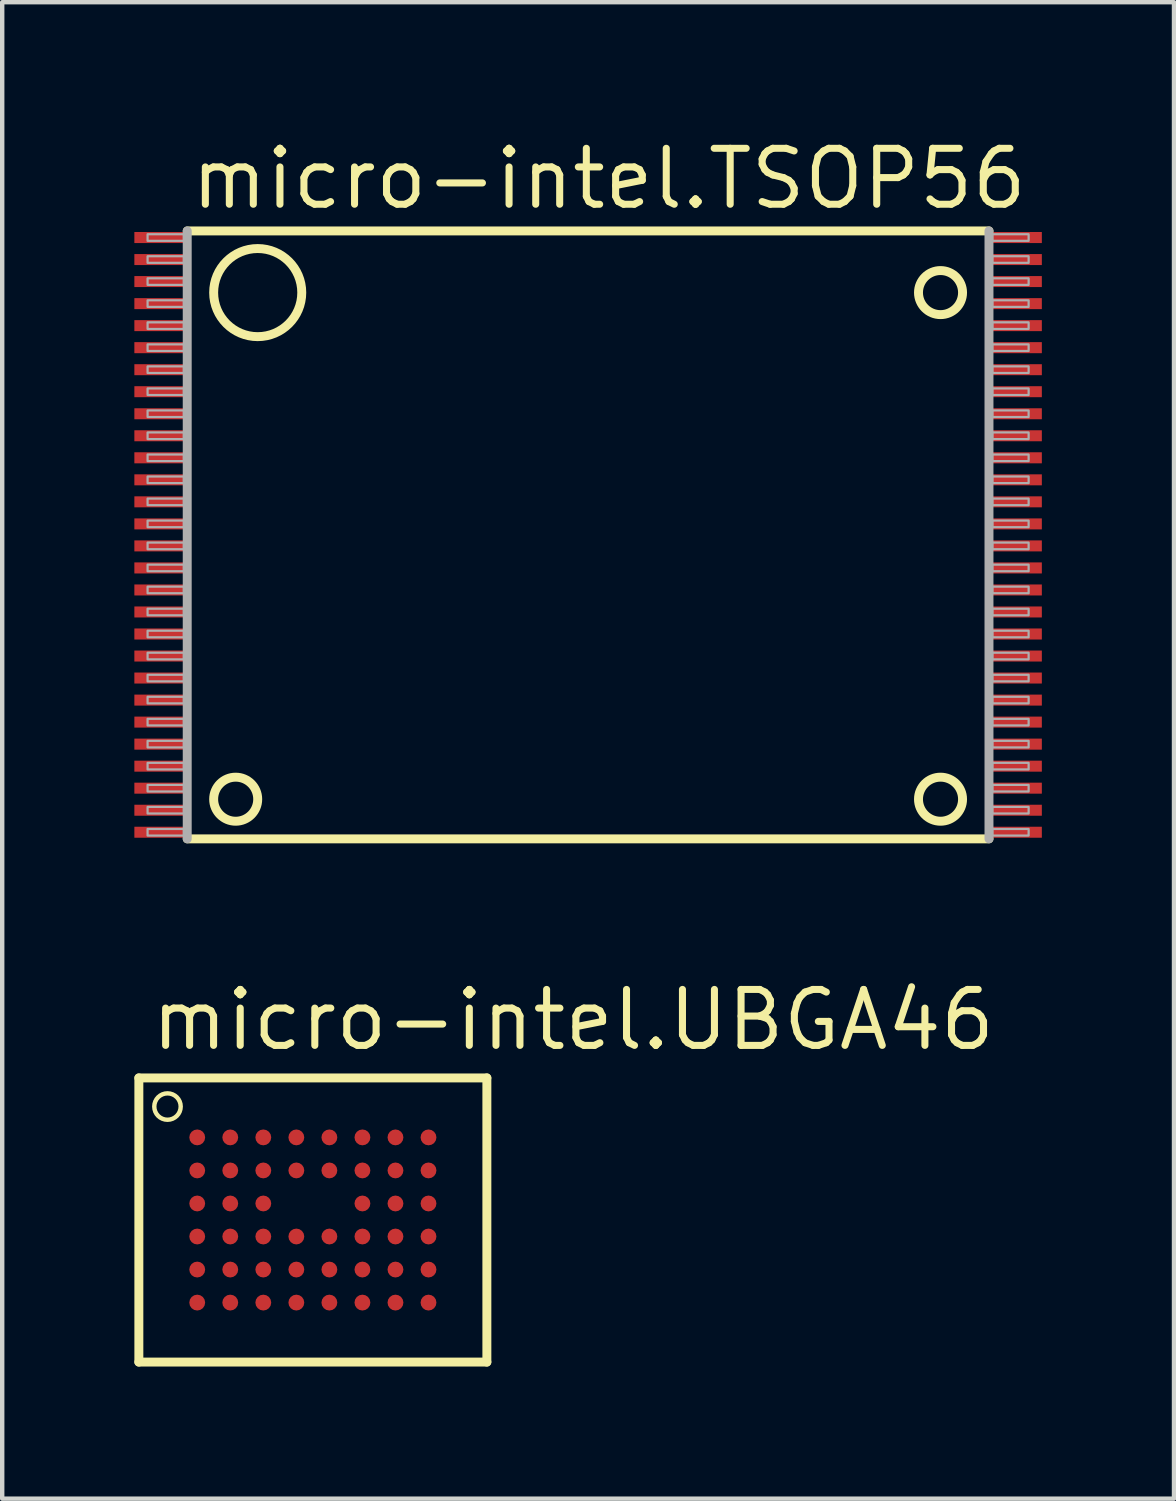
<source format=kicad_pcb>
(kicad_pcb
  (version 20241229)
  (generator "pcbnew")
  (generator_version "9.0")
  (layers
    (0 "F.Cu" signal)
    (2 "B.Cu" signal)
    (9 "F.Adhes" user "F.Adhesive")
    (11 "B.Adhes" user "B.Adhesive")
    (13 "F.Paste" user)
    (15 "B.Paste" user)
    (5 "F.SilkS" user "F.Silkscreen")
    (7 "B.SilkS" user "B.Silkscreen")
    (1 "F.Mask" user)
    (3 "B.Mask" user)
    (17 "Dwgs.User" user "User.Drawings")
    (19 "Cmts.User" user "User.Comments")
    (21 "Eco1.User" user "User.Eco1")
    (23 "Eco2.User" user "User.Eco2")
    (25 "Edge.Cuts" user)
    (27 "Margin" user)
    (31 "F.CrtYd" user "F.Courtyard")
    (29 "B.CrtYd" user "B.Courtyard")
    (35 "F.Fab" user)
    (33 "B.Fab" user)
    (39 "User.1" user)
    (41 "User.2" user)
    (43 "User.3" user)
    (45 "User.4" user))
  (footprint "micro-intel.UBGA46"
    (layer "F.Cu")
    (at 4.052 24.644)
    (property "Reference" "micro-intel.UBGA46" (at -3.75 -3.8 0) (layer "F.SilkS") (effects (font (size 1.27 1.27) (thickness 0.16)) (justify left bottom)))
    (attr smd)
    (fp_line (start -3.95 -3.225) (end -3.95 3.225) (stroke (width 0.203) (type default)) (layer "F.SilkS"))
    (fp_line (start -3.95 3.225) (end 3.95 3.225) (stroke (width 0.203) (type default)) (layer "F.SilkS"))
    (fp_line (start 3.95 -3.225) (end -3.95 -3.225) (stroke (width 0.203) (type default)) (layer "F.SilkS"))
    (fp_line (start 3.95 3.225) (end 3.95 -3.225) (stroke (width 0.203) (type default)) (layer "F.SilkS"))
    (fp_circle (center -3.3 -2.575) (end -3 -2.575) (stroke (width 0.1) (type default)) (fill no) (layer "F.SilkS"))
    (pad "A1" smd roundrect (at -2.625 -1.875) (size 0.36 0.36) (layers "F.Cu" "F.Mask" "F.Paste") (roundrect_rratio 0.5))
    (pad "A2" smd roundrect (at -1.875 -1.875) (size 0.36 0.36) (layers "F.Cu" "F.Mask" "F.Paste") (roundrect_rratio 0.5))
    (pad "A3" smd roundrect (at -1.125 -1.875) (size 0.36 0.36) (layers "F.Cu" "F.Mask" "F.Paste") (roundrect_rratio 0.5))
    (pad "A4" smd roundrect (at -0.375 -1.875) (size 0.36 0.36) (layers "F.Cu" "F.Mask" "F.Paste") (roundrect_rratio 0.5))
    (pad "A5" smd roundrect (at 0.375 -1.875) (size 0.36 0.36) (layers "F.Cu" "F.Mask" "F.Paste") (roundrect_rratio 0.5))
    (pad "A6" smd roundrect (at 1.125 -1.875) (size 0.36 0.36) (layers "F.Cu" "F.Mask" "F.Paste") (roundrect_rratio 0.5))
    (pad "A7" smd roundrect (at 1.875 -1.875) (size 0.36 0.36) (layers "F.Cu" "F.Mask" "F.Paste") (roundrect_rratio 0.5))
    (pad "A8" smd roundrect (at 2.625 -1.875) (size 0.36 0.36) (layers "F.Cu" "F.Mask" "F.Paste") (roundrect_rratio 0.5))
    (pad "B1" smd roundrect (at -2.625 -1.125) (size 0.36 0.36) (layers "F.Cu" "F.Mask" "F.Paste") (roundrect_rratio 0.5))
    (pad "B2" smd roundrect (at -1.875 -1.125) (size 0.36 0.36) (layers "F.Cu" "F.Mask" "F.Paste") (roundrect_rratio 0.5))
    (pad "B3" smd roundrect (at -1.125 -1.125) (size 0.36 0.36) (layers "F.Cu" "F.Mask" "F.Paste") (roundrect_rratio 0.5))
    (pad "B4" smd roundrect (at -0.375 -1.125) (size 0.36 0.36) (layers "F.Cu" "F.Mask" "F.Paste") (roundrect_rratio 0.5))
    (pad "B5" smd roundrect (at 0.375 -1.125) (size 0.36 0.36) (layers "F.Cu" "F.Mask" "F.Paste") (roundrect_rratio 0.5))
    (pad "B6" smd roundrect (at 1.125 -1.125) (size 0.36 0.36) (layers "F.Cu" "F.Mask" "F.Paste") (roundrect_rratio 0.5))
    (pad "B7" smd roundrect (at 1.875 -1.125) (size 0.36 0.36) (layers "F.Cu" "F.Mask" "F.Paste") (roundrect_rratio 0.5))
    (pad "B8" smd roundrect (at 2.625 -1.125) (size 0.36 0.36) (layers "F.Cu" "F.Mask" "F.Paste") (roundrect_rratio 0.5))
    (pad "C1" smd roundrect (at -2.625 -0.375) (size 0.36 0.36) (layers "F.Cu" "F.Mask" "F.Paste") (roundrect_rratio 0.5))
    (pad "C2" smd roundrect (at -1.875 -0.375) (size 0.36 0.36) (layers "F.Cu" "F.Mask" "F.Paste") (roundrect_rratio 0.5))
    (pad "C3" smd roundrect (at -1.125 -0.375) (size 0.36 0.36) (layers "F.Cu" "F.Mask" "F.Paste") (roundrect_rratio 0.5))
    (pad "C6" smd roundrect (at 1.125 -0.375) (size 0.36 0.36) (layers "F.Cu" "F.Mask" "F.Paste") (roundrect_rratio 0.5))
    (pad "C7" smd roundrect (at 1.875 -0.375) (size 0.36 0.36) (layers "F.Cu" "F.Mask" "F.Paste") (roundrect_rratio 0.5))
    (pad "C8" smd roundrect (at 2.625 -0.375) (size 0.36 0.36) (layers "F.Cu" "F.Mask" "F.Paste") (roundrect_rratio 0.5))
    (pad "D1" smd roundrect (at -2.625 0.375) (size 0.36 0.36) (layers "F.Cu" "F.Mask" "F.Paste") (roundrect_rratio 0.5))
    (pad "D2" smd roundrect (at -1.875 0.375) (size 0.36 0.36) (layers "F.Cu" "F.Mask" "F.Paste") (roundrect_rratio 0.5))
    (pad "D3" smd roundrect (at -1.125 0.375) (size 0.36 0.36) (layers "F.Cu" "F.Mask" "F.Paste") (roundrect_rratio 0.5))
    (pad "D4" smd roundrect (at -0.375 0.375) (size 0.36 0.36) (layers "F.Cu" "F.Mask" "F.Paste") (roundrect_rratio 0.5))
    (pad "D5" smd roundrect (at 0.375 0.375) (size 0.36 0.36) (layers "F.Cu" "F.Mask" "F.Paste") (roundrect_rratio 0.5))
    (pad "D6" smd roundrect (at 1.125 0.375) (size 0.36 0.36) (layers "F.Cu" "F.Mask" "F.Paste") (roundrect_rratio 0.5))
    (pad "D7" smd roundrect (at 1.875 0.375) (size 0.36 0.36) (layers "F.Cu" "F.Mask" "F.Paste") (roundrect_rratio 0.5))
    (pad "D8" smd roundrect (at 2.625 0.375) (size 0.36 0.36) (layers "F.Cu" "F.Mask" "F.Paste") (roundrect_rratio 0.5))
    (pad "E1" smd roundrect (at -2.625 1.125) (size 0.36 0.36) (layers "F.Cu" "F.Mask" "F.Paste") (roundrect_rratio 0.5))
    (pad "E2" smd roundrect (at -1.875 1.125) (size 0.36 0.36) (layers "F.Cu" "F.Mask" "F.Paste") (roundrect_rratio 0.5))
    (pad "E3" smd roundrect (at -1.125 1.125) (size 0.36 0.36) (layers "F.Cu" "F.Mask" "F.Paste") (roundrect_rratio 0.5))
    (pad "E4" smd roundrect (at -0.375 1.125) (size 0.36 0.36) (layers "F.Cu" "F.Mask" "F.Paste") (roundrect_rratio 0.5))
    (pad "E5" smd roundrect (at 0.375 1.125) (size 0.36 0.36) (layers "F.Cu" "F.Mask" "F.Paste") (roundrect_rratio 0.5))
    (pad "E6" smd roundrect (at 1.125 1.125) (size 0.36 0.36) (layers "F.Cu" "F.Mask" "F.Paste") (roundrect_rratio 0.5))
    (pad "E7" smd roundrect (at 1.875 1.125) (size 0.36 0.36) (layers "F.Cu" "F.Mask" "F.Paste") (roundrect_rratio 0.5))
    (pad "E8" smd roundrect (at 2.625 1.125) (size 0.36 0.36) (layers "F.Cu" "F.Mask" "F.Paste") (roundrect_rratio 0.5))
    (pad "F1" smd roundrect (at -2.625 1.875) (size 0.36 0.36) (layers "F.Cu" "F.Mask" "F.Paste") (roundrect_rratio 0.5))
    (pad "F2" smd roundrect (at -1.875 1.875) (size 0.36 0.36) (layers "F.Cu" "F.Mask" "F.Paste") (roundrect_rratio 0.5))
    (pad "F3" smd roundrect (at -1.125 1.875) (size 0.36 0.36) (layers "F.Cu" "F.Mask" "F.Paste") (roundrect_rratio 0.5))
    (pad "F4" smd roundrect (at -0.375 1.875) (size 0.36 0.36) (layers "F.Cu" "F.Mask" "F.Paste") (roundrect_rratio 0.5))
    (pad "F5" smd roundrect (at 0.375 1.875) (size 0.36 0.36) (layers "F.Cu" "F.Mask" "F.Paste") (roundrect_rratio 0.5))
    (pad "F6" smd roundrect (at 1.125 1.875) (size 0.36 0.36) (layers "F.Cu" "F.Mask" "F.Paste") (roundrect_rratio 0.5))
    (pad "F7" smd roundrect (at 1.875 1.875) (size 0.36 0.36) (layers "F.Cu" "F.Mask" "F.Paste") (roundrect_rratio 0.5))
    (pad "F8" smd roundrect (at 2.625 1.875) (size 0.36 0.36) (layers "F.Cu" "F.Mask" "F.Paste") (roundrect_rratio 0.5)))
  (footprint "micro-intel.TSOP56"
    (layer "F.Cu")
    (at 10.3 9.092)
    (property "Reference" "micro-intel.TSOP56" (at -9.096 -7.342 0) (layer "F.SilkS") (effects (font (size 1.27 1.27) (thickness 0.16)) (justify left bottom)))
    (attr smd)
    (fp_line (start -9.1 6.9) (end 9.1 6.9) (stroke (width 0.203) (type default)) (layer "F.SilkS"))
    (fp_line (start 9.1 -6.9) (end -9.1 -6.9) (stroke (width 0.203) (type default)) (layer "F.SilkS"))
    (fp_circle (center -8 6) (end -7.5 6) (stroke (width 0.203) (type default)) (fill no) (layer "F.SilkS"))
    (fp_circle (center -7.5 -5.5) (end -6.5 -5.5) (stroke (width 0.203) (type default)) (fill no) (layer "F.SilkS"))
    (fp_circle (center 8 -5.5) (end 8.5 -5.5) (stroke (width 0.203) (type default)) (fill no) (layer "F.SilkS"))
    (fp_circle (center 8 6) (end 8.5 6) (stroke (width 0.203) (type default)) (fill no) (layer "F.SilkS"))
    (fp_line (start -9.1 -6.9) (end -9.1 6.9) (stroke (width 0.203) (type default)) (layer "F.Fab"))
    (fp_line (start 9.1 6.9) (end 9.1 -6.9) (stroke (width 0.203) (type default)) (layer "F.Fab"))
    (fp_rect (start -10 -6.675) (end -9.175 -6.825) (stroke (width 0.05) (type default)) (fill no) (layer "F.Fab"))
    (fp_rect (start -10 -6.175) (end -9.175 -6.325) (stroke (width 0.05) (type default)) (fill no) (layer "F.Fab"))
    (fp_rect (start -10 -5.675) (end -9.175 -5.825) (stroke (width 0.05) (type default)) (fill no) (layer "F.Fab"))
    (fp_rect (start -10 -5.175) (end -9.175 -5.325) (stroke (width 0.05) (type default)) (fill no) (layer "F.Fab"))
    (fp_rect (start -10 -4.675) (end -9.175 -4.825) (stroke (width 0.05) (type default)) (fill no) (layer "F.Fab"))
    (fp_rect (start -10 -4.175) (end -9.175 -4.325) (stroke (width 0.05) (type default)) (fill no) (layer "F.Fab"))
    (fp_rect (start -10 -3.675) (end -9.175 -3.825) (stroke (width 0.05) (type default)) (fill no) (layer "F.Fab"))
    (fp_rect (start -10 -3.175) (end -9.175 -3.325) (stroke (width 0.05) (type default)) (fill no) (layer "F.Fab"))
    (fp_rect (start -10 -2.675) (end -9.175 -2.825) (stroke (width 0.05) (type default)) (fill no) (layer "F.Fab"))
    (fp_rect (start -10 -2.175) (end -9.175 -2.325) (stroke (width 0.05) (type default)) (fill no) (layer "F.Fab"))
    (fp_rect (start -10 -1.675) (end -9.175 -1.825) (stroke (width 0.05) (type default)) (fill no) (layer "F.Fab"))
    (fp_rect (start -10 -1.175) (end -9.175 -1.325) (stroke (width 0.05) (type default)) (fill no) (layer "F.Fab"))
    (fp_rect (start -10 -0.675) (end -9.175 -0.825) (stroke (width 0.05) (type default)) (fill no) (layer "F.Fab"))
    (fp_rect (start -10 -0.175) (end -9.175 -0.325) (stroke (width 0.05) (type default)) (fill no) (layer "F.Fab"))
    (fp_rect (start -10 0.325) (end -9.175 0.175) (stroke (width 0.05) (type default)) (fill no) (layer "F.Fab"))
    (fp_rect (start -10 0.825) (end -9.175 0.675) (stroke (width 0.05) (type default)) (fill no) (layer "F.Fab"))
    (fp_rect (start -10 1.325) (end -9.175 1.175) (stroke (width 0.05) (type default)) (fill no) (layer "F.Fab"))
    (fp_rect (start -10 1.825) (end -9.175 1.675) (stroke (width 0.05) (type default)) (fill no) (layer "F.Fab"))
    (fp_rect (start -10 2.325) (end -9.175 2.175) (stroke (width 0.05) (type default)) (fill no) (layer "F.Fab"))
    (fp_rect (start -10 2.825) (end -9.175 2.675) (stroke (width 0.05) (type default)) (fill no) (layer "F.Fab"))
    (fp_rect (start -10 3.325) (end -9.175 3.175) (stroke (width 0.05) (type default)) (fill no) (layer "F.Fab"))
    (fp_rect (start -10 3.825) (end -9.175 3.675) (stroke (width 0.05) (type default)) (fill no) (layer "F.Fab"))
    (fp_rect (start -10 4.325) (end -9.175 4.175) (stroke (width 0.05) (type default)) (fill no) (layer "F.Fab"))
    (fp_rect (start -10 4.825) (end -9.175 4.675) (stroke (width 0.05) (type default)) (fill no) (layer "F.Fab"))
    (fp_rect (start -10 5.325) (end -9.175 5.175) (stroke (width 0.05) (type default)) (fill no) (layer "F.Fab"))
    (fp_rect (start -10 5.825) (end -9.175 5.675) (stroke (width 0.05) (type default)) (fill no) (layer "F.Fab"))
    (fp_rect (start -10 6.325) (end -9.175 6.175) (stroke (width 0.05) (type default)) (fill no) (layer "F.Fab"))
    (fp_rect (start -10 6.825) (end -9.175 6.675) (stroke (width 0.05) (type default)) (fill no) (layer "F.Fab"))
    (fp_rect (start 9.175 -6.675) (end 10 -6.825) (stroke (width 0.05) (type default)) (fill no) (layer "F.Fab"))
    (fp_rect (start 9.175 -6.175) (end 10 -6.325) (stroke (width 0.05) (type default)) (fill no) (layer "F.Fab"))
    (fp_rect (start 9.175 -5.675) (end 10 -5.825) (stroke (width 0.05) (type default)) (fill no) (layer "F.Fab"))
    (fp_rect (start 9.175 -5.175) (end 10 -5.325) (stroke (width 0.05) (type default)) (fill no) (layer "F.Fab"))
    (fp_rect (start 9.175 -4.675) (end 10 -4.825) (stroke (width 0.05) (type default)) (fill no) (layer "F.Fab"))
    (fp_rect (start 9.175 -4.175) (end 10 -4.325) (stroke (width 0.05) (type default)) (fill no) (layer "F.Fab"))
    (fp_rect (start 9.175 -3.675) (end 10 -3.825) (stroke (width 0.05) (type default)) (fill no) (layer "F.Fab"))
    (fp_rect (start 9.175 -3.175) (end 10 -3.325) (stroke (width 0.05) (type default)) (fill no) (layer "F.Fab"))
    (fp_rect (start 9.175 -2.675) (end 10 -2.825) (stroke (width 0.05) (type default)) (fill no) (layer "F.Fab"))
    (fp_rect (start 9.175 -2.175) (end 10 -2.325) (stroke (width 0.05) (type default)) (fill no) (layer "F.Fab"))
    (fp_rect (start 9.175 -1.675) (end 10 -1.825) (stroke (width 0.05) (type default)) (fill no) (layer "F.Fab"))
    (fp_rect (start 9.175 -1.175) (end 10 -1.325) (stroke (width 0.05) (type default)) (fill no) (layer "F.Fab"))
    (fp_rect (start 9.175 -0.675) (end 10 -0.825) (stroke (width 0.05) (type default)) (fill no) (layer "F.Fab"))
    (fp_rect (start 9.175 -0.175) (end 10 -0.325) (stroke (width 0.05) (type default)) (fill no) (layer "F.Fab"))
    (fp_rect (start 9.175 0.325) (end 10 0.175) (stroke (width 0.05) (type default)) (fill no) (layer "F.Fab"))
    (fp_rect (start 9.175 0.825) (end 10 0.675) (stroke (width 0.05) (type default)) (fill no) (layer "F.Fab"))
    (fp_rect (start 9.175 1.325) (end 10 1.175) (stroke (width 0.05) (type default)) (fill no) (layer "F.Fab"))
    (fp_rect (start 9.175 1.825) (end 10 1.675) (stroke (width 0.05) (type default)) (fill no) (layer "F.Fab"))
    (fp_rect (start 9.175 2.325) (end 10 2.175) (stroke (width 0.05) (type default)) (fill no) (layer "F.Fab"))
    (fp_rect (start 9.175 2.825) (end 10 2.675) (stroke (width 0.05) (type default)) (fill no) (layer "F.Fab"))
    (fp_rect (start 9.175 3.325) (end 10 3.175) (stroke (width 0.05) (type default)) (fill no) (layer "F.Fab"))
    (fp_rect (start 9.175 3.825) (end 10 3.675) (stroke (width 0.05) (type default)) (fill no) (layer "F.Fab"))
    (fp_rect (start 9.175 4.325) (end 10 4.175) (stroke (width 0.05) (type default)) (fill no) (layer "F.Fab"))
    (fp_rect (start 9.175 4.825) (end 10 4.675) (stroke (width 0.05) (type default)) (fill no) (layer "F.Fab"))
    (fp_rect (start 9.175 5.325) (end 10 5.175) (stroke (width 0.05) (type default)) (fill no) (layer "F.Fab"))
    (fp_rect (start 9.175 5.825) (end 10 5.675) (stroke (width 0.05) (type default)) (fill no) (layer "F.Fab"))
    (fp_rect (start 9.175 6.325) (end 10 6.175) (stroke (width 0.05) (type default)) (fill no) (layer "F.Fab"))
    (fp_rect (start 9.175 6.825) (end 10 6.675) (stroke (width 0.05) (type default)) (fill no) (layer "F.Fab"))
    (pad "1" smd roundrect (at -9.7 -6.75) (size 1.2 0.25) (layers "F.Cu" "F.Mask" "F.Paste") (roundrect_rratio 0.01))
    (pad "2" smd roundrect (at -9.7 -6.25) (size 1.2 0.25) (layers "F.Cu" "F.Mask" "F.Paste") (roundrect_rratio 0.01))
    (pad "3" smd roundrect (at -9.7 -5.75) (size 1.2 0.25) (layers "F.Cu" "F.Mask" "F.Paste") (roundrect_rratio 0.01))
    (pad "4" smd roundrect (at -9.7 -5.25) (size 1.2 0.25) (layers "F.Cu" "F.Mask" "F.Paste") (roundrect_rratio 0.01))
    (pad "5" smd roundrect (at -9.7 -4.75) (size 1.2 0.25) (layers "F.Cu" "F.Mask" "F.Paste") (roundrect_rratio 0.01))
    (pad "6" smd roundrect (at -9.7 -4.25) (size 1.2 0.25) (layers "F.Cu" "F.Mask" "F.Paste") (roundrect_rratio 0.01))
    (pad "7" smd roundrect (at -9.7 -3.75) (size 1.2 0.25) (layers "F.Cu" "F.Mask" "F.Paste") (roundrect_rratio 0.01))
    (pad "8" smd roundrect (at -9.7 -3.25) (size 1.2 0.25) (layers "F.Cu" "F.Mask" "F.Paste") (roundrect_rratio 0.01))
    (pad "9" smd roundrect (at -9.7 -2.75) (size 1.2 0.25) (layers "F.Cu" "F.Mask" "F.Paste") (roundrect_rratio 0.01))
    (pad "10" smd roundrect (at -9.7 -2.25) (size 1.2 0.25) (layers "F.Cu" "F.Mask" "F.Paste") (roundrect_rratio 0.01))
    (pad "11" smd roundrect (at -9.7 -1.75) (size 1.2 0.25) (layers "F.Cu" "F.Mask" "F.Paste") (roundrect_rratio 0.01))
    (pad "12" smd roundrect (at -9.7 -1.25) (size 1.2 0.25) (layers "F.Cu" "F.Mask" "F.Paste") (roundrect_rratio 0.01))
    (pad "13" smd roundrect (at -9.7 -0.75) (size 1.2 0.25) (layers "F.Cu" "F.Mask" "F.Paste") (roundrect_rratio 0.01))
    (pad "14" smd roundrect (at -9.7 -0.25) (size 1.2 0.25) (layers "F.Cu" "F.Mask" "F.Paste") (roundrect_rratio 0.01))
    (pad "15" smd roundrect (at -9.7 0.25) (size 1.2 0.25) (layers "F.Cu" "F.Mask" "F.Paste") (roundrect_rratio 0.01))
    (pad "16" smd roundrect (at -9.7 0.75) (size 1.2 0.25) (layers "F.Cu" "F.Mask" "F.Paste") (roundrect_rratio 0.01))
    (pad "17" smd roundrect (at -9.7 1.25) (size 1.2 0.25) (layers "F.Cu" "F.Mask" "F.Paste") (roundrect_rratio 0.01))
    (pad "18" smd roundrect (at -9.7 1.75) (size 1.2 0.25) (layers "F.Cu" "F.Mask" "F.Paste") (roundrect_rratio 0.01))
    (pad "19" smd roundrect (at -9.7 2.25) (size 1.2 0.25) (layers "F.Cu" "F.Mask" "F.Paste") (roundrect_rratio 0.01))
    (pad "20" smd roundrect (at -9.7 2.75) (size 1.2 0.25) (layers "F.Cu" "F.Mask" "F.Paste") (roundrect_rratio 0.01))
    (pad "21" smd roundrect (at -9.7 3.25) (size 1.2 0.25) (layers "F.Cu" "F.Mask" "F.Paste") (roundrect_rratio 0.01))
    (pad "22" smd roundrect (at -9.7 3.75) (size 1.2 0.25) (layers "F.Cu" "F.Mask" "F.Paste") (roundrect_rratio 0.01))
    (pad "23" smd roundrect (at -9.7 4.25) (size 1.2 0.25) (layers "F.Cu" "F.Mask" "F.Paste") (roundrect_rratio 0.01))
    (pad "24" smd roundrect (at -9.7 4.75) (size 1.2 0.25) (layers "F.Cu" "F.Mask" "F.Paste") (roundrect_rratio 0.01))
    (pad "25" smd roundrect (at -9.7 5.25) (size 1.2 0.25) (layers "F.Cu" "F.Mask" "F.Paste") (roundrect_rratio 0.01))
    (pad "26" smd roundrect (at -9.7 5.75) (size 1.2 0.25) (layers "F.Cu" "F.Mask" "F.Paste") (roundrect_rratio 0.01))
    (pad "27" smd roundrect (at -9.7 6.25) (size 1.2 0.25) (layers "F.Cu" "F.Mask" "F.Paste") (roundrect_rratio 0.01))
    (pad "28" smd roundrect (at -9.7 6.75) (size 1.2 0.25) (layers "F.Cu" "F.Mask" "F.Paste") (roundrect_rratio 0.01))
    (pad "29" smd roundrect (at 9.7 6.75) (size 1.2 0.25) (layers "F.Cu" "F.Mask" "F.Paste") (roundrect_rratio 0.01))
    (pad "30" smd roundrect (at 9.7 6.25) (size 1.2 0.25) (layers "F.Cu" "F.Mask" "F.Paste") (roundrect_rratio 0.01))
    (pad "31" smd roundrect (at 9.7 5.75) (size 1.2 0.25) (layers "F.Cu" "F.Mask" "F.Paste") (roundrect_rratio 0.01))
    (pad "32" smd roundrect (at 9.7 5.25) (size 1.2 0.25) (layers "F.Cu" "F.Mask" "F.Paste") (roundrect_rratio 0.01))
    (pad "33" smd roundrect (at 9.7 4.75) (size 1.2 0.25) (layers "F.Cu" "F.Mask" "F.Paste") (roundrect_rratio 0.01))
    (pad "34" smd roundrect (at 9.7 4.25) (size 1.2 0.25) (layers "F.Cu" "F.Mask" "F.Paste") (roundrect_rratio 0.01))
    (pad "35" smd roundrect (at 9.7 3.75) (size 1.2 0.25) (layers "F.Cu" "F.Mask" "F.Paste") (roundrect_rratio 0.01))
    (pad "36" smd roundrect (at 9.7 3.25) (size 1.2 0.25) (layers "F.Cu" "F.Mask" "F.Paste") (roundrect_rratio 0.01))
    (pad "37" smd roundrect (at 9.7 2.75) (size 1.2 0.25) (layers "F.Cu" "F.Mask" "F.Paste") (roundrect_rratio 0.01))
    (pad "38" smd roundrect (at 9.7 2.25) (size 1.2 0.25) (layers "F.Cu" "F.Mask" "F.Paste") (roundrect_rratio 0.01))
    (pad "39" smd roundrect (at 9.7 1.75) (size 1.2 0.25) (layers "F.Cu" "F.Mask" "F.Paste") (roundrect_rratio 0.01))
    (pad "40" smd roundrect (at 9.7 1.25) (size 1.2 0.25) (layers "F.Cu" "F.Mask" "F.Paste") (roundrect_rratio 0.01))
    (pad "41" smd roundrect (at 9.7 0.75) (size 1.2 0.25) (layers "F.Cu" "F.Mask" "F.Paste") (roundrect_rratio 0.01))
    (pad "42" smd roundrect (at 9.7 0.25) (size 1.2 0.25) (layers "F.Cu" "F.Mask" "F.Paste") (roundrect_rratio 0.01))
    (pad "43" smd roundrect (at 9.7 -0.25) (size 1.2 0.25) (layers "F.Cu" "F.Mask" "F.Paste") (roundrect_rratio 0.01))
    (pad "44" smd roundrect (at 9.7 -0.75) (size 1.2 0.25) (layers "F.Cu" "F.Mask" "F.Paste") (roundrect_rratio 0.01))
    (pad "45" smd roundrect (at 9.7 -1.25) (size 1.2 0.25) (layers "F.Cu" "F.Mask" "F.Paste") (roundrect_rratio 0.01))
    (pad "46" smd roundrect (at 9.7 -1.75) (size 1.2 0.25) (layers "F.Cu" "F.Mask" "F.Paste") (roundrect_rratio 0.01))
    (pad "47" smd roundrect (at 9.7 -2.25) (size 1.2 0.25) (layers "F.Cu" "F.Mask" "F.Paste") (roundrect_rratio 0.01))
    (pad "48" smd roundrect (at 9.7 -2.75) (size 1.2 0.25) (layers "F.Cu" "F.Mask" "F.Paste") (roundrect_rratio 0.01))
    (pad "49" smd roundrect (at 9.7 -3.25) (size 1.2 0.25) (layers "F.Cu" "F.Mask" "F.Paste") (roundrect_rratio 0.01))
    (pad "50" smd roundrect (at 9.7 -3.75) (size 1.2 0.25) (layers "F.Cu" "F.Mask" "F.Paste") (roundrect_rratio 0.01))
    (pad "51" smd roundrect (at 9.7 -4.25) (size 1.2 0.25) (layers "F.Cu" "F.Mask" "F.Paste") (roundrect_rratio 0.01))
    (pad "52" smd roundrect (at 9.7 -4.75) (size 1.2 0.25) (layers "F.Cu" "F.Mask" "F.Paste") (roundrect_rratio 0.01))
    (pad "53" smd roundrect (at 9.7 -5.25) (size 1.2 0.25) (layers "F.Cu" "F.Mask" "F.Paste") (roundrect_rratio 0.01))
    (pad "54" smd roundrect (at 9.7 -5.75) (size 1.2 0.25) (layers "F.Cu" "F.Mask" "F.Paste") (roundrect_rratio 0.01))
    (pad "55" smd roundrect (at 9.7 -6.25) (size 1.2 0.25) (layers "F.Cu" "F.Mask" "F.Paste") (roundrect_rratio 0.01))
    (pad "56" smd roundrect (at 9.7 -6.75) (size 1.2 0.25) (layers "F.Cu" "F.Mask" "F.Paste") (roundrect_rratio 0.01)))
  (gr_rect
    (start -3 -3)
    (end 23.6 30.97)
    (stroke (width 0.1) (type default))
    (fill no)
    (layer "Edge.Cuts")))
</source>
